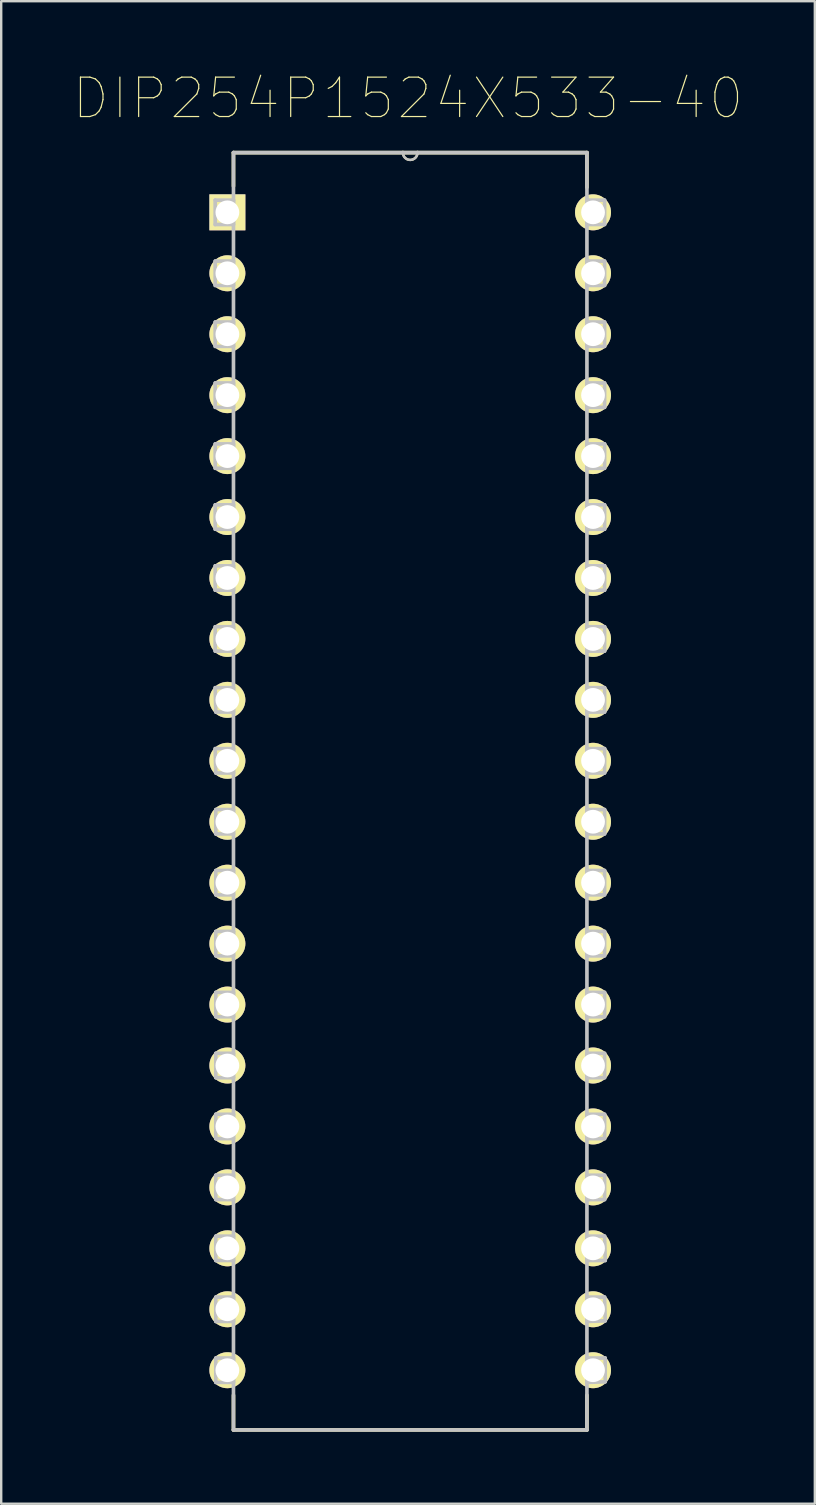
<source format=kicad_pcb>
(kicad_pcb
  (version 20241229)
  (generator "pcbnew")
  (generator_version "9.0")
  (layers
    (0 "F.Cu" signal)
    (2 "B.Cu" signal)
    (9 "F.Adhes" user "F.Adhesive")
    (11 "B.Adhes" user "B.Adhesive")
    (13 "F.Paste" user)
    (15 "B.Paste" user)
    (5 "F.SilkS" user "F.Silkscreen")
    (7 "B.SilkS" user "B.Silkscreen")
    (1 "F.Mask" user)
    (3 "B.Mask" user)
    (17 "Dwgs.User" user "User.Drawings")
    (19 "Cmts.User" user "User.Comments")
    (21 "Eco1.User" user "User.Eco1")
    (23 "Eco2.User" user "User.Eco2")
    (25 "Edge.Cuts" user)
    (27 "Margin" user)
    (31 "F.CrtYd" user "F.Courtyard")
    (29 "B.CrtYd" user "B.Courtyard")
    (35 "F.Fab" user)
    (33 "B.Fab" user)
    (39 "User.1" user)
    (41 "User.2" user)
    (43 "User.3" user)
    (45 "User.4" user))
  (footprint "DIP254P1524X533-40"
    (layer "F.Cu")
    (at 21.667 54.06)
    (property "Reference" "DIP254P1524X533-40" (at -7.711 -53.011 0) (layer "F.SilkS") (effects (font (size 1.643 1.643) (thickness 0.05))))
    (attr through_hole)
    (fp_line (start -14.986 -50.749) (end -14.986 -49.352) (stroke (width 0.152) (type solid)) (layer "F.SilkS"))
    (fp_line (start -14.986 1.041) (end -14.986 2.489) (stroke (width 0.152) (type solid)) (layer "F.SilkS"))
    (fp_line (start -14.986 2.489) (end -0.254 2.489) (stroke (width 0.152) (type solid)) (layer "F.SilkS"))
    (fp_line (start -7.925 -50.749) (end -14.986 -50.749) (stroke (width 0.152) (type solid)) (layer "F.SilkS"))
    (fp_line (start -7.315 -50.749) (end -7.925 -50.749) (stroke (width 0.152) (type solid)) (layer "F.SilkS"))
    (fp_line (start -0.254 -50.749) (end -7.315 -50.749) (stroke (width 0.152) (type solid)) (layer "F.SilkS"))
    (fp_line (start -0.254 -49.301) (end -0.254 -50.749) (stroke (width 0.152) (type solid)) (layer "F.SilkS"))
    (fp_line (start -0.254 2.489) (end -0.254 1.041) (stroke (width 0.152) (type solid)) (layer "F.SilkS"))
    (fp_arc (start -7.3152 -50.7492) (mid -7.62 -50.4444) (end -7.9248 -50.7492) (stroke (width 0.1) (type solid)) (layer "F.SilkS"))
    (fp_line (start -15.748 -48.768) (end -15.748 -47.752) (stroke (width 0.152) (type solid)) (layer "Dwgs.User"))
    (fp_line (start -15.748 -47.752) (end -14.986 -47.752) (stroke (width 0.152) (type solid)) (layer "Dwgs.User"))
    (fp_line (start -15.748 -46.228) (end -15.748 -45.212) (stroke (width 0.152) (type solid)) (layer "Dwgs.User"))
    (fp_line (start -15.748 -45.212) (end -14.986 -45.212) (stroke (width 0.152) (type solid)) (layer "Dwgs.User"))
    (fp_line (start -15.748 -43.688) (end -15.748 -42.672) (stroke (width 0.152) (type solid)) (layer "Dwgs.User"))
    (fp_line (start -15.748 -42.672) (end -14.986 -42.672) (stroke (width 0.152) (type solid)) (layer "Dwgs.User"))
    (fp_line (start -15.748 -41.148) (end -15.748 -40.132) (stroke (width 0.152) (type solid)) (layer "Dwgs.User"))
    (fp_line (start -15.748 -40.132) (end -14.986 -40.132) (stroke (width 0.152) (type solid)) (layer "Dwgs.User"))
    (fp_line (start -15.748 -38.608) (end -15.748 -37.592) (stroke (width 0.152) (type solid)) (layer "Dwgs.User"))
    (fp_line (start -15.748 -37.592) (end -14.986 -37.592) (stroke (width 0.152) (type solid)) (layer "Dwgs.User"))
    (fp_line (start -15.748 -36.068) (end -15.748 -35.052) (stroke (width 0.152) (type solid)) (layer "Dwgs.User"))
    (fp_line (start -15.748 -35.052) (end -14.986 -35.052) (stroke (width 0.152) (type solid)) (layer "Dwgs.User"))
    (fp_line (start -15.748 -33.528) (end -15.748 -32.512) (stroke (width 0.152) (type solid)) (layer "Dwgs.User"))
    (fp_line (start -15.748 -32.512) (end -14.986 -32.512) (stroke (width 0.152) (type solid)) (layer "Dwgs.User"))
    (fp_line (start -15.748 -30.988) (end -15.748 -29.972) (stroke (width 0.152) (type solid)) (layer "Dwgs.User"))
    (fp_line (start -15.748 -29.972) (end -14.986 -29.972) (stroke (width 0.152) (type solid)) (layer "Dwgs.User"))
    (fp_line (start -15.748 -28.448) (end -15.723 -27.432) (stroke (width 0.152) (type solid)) (layer "Dwgs.User"))
    (fp_line (start -15.748 -25.908) (end -15.723 -24.892) (stroke (width 0.152) (type solid)) (layer "Dwgs.User"))
    (fp_line (start -15.723 -27.432) (end -14.986 -27.432) (stroke (width 0.152) (type solid)) (layer "Dwgs.User"))
    (fp_line (start -15.723 -24.892) (end -14.986 -24.892) (stroke (width 0.152) (type solid)) (layer "Dwgs.User"))
    (fp_line (start -15.723 -23.368) (end -15.723 -22.352) (stroke (width 0.152) (type solid)) (layer "Dwgs.User"))
    (fp_line (start -15.723 -22.352) (end -14.986 -22.352) (stroke (width 0.152) (type solid)) (layer "Dwgs.User"))
    (fp_line (start -15.723 -20.828) (end -15.723 -19.812) (stroke (width 0.152) (type solid)) (layer "Dwgs.User"))
    (fp_line (start -15.723 -19.812) (end -14.986 -19.812) (stroke (width 0.152) (type solid)) (layer "Dwgs.User"))
    (fp_line (start -15.723 -18.288) (end -15.723 -17.272) (stroke (width 0.152) (type solid)) (layer "Dwgs.User"))
    (fp_line (start -15.723 -17.272) (end -14.986 -17.272) (stroke (width 0.152) (type solid)) (layer "Dwgs.User"))
    (fp_line (start -15.723 -15.748) (end -15.723 -14.732) (stroke (width 0.152) (type solid)) (layer "Dwgs.User"))
    (fp_line (start -15.723 -14.732) (end -14.986 -14.732) (stroke (width 0.152) (type solid)) (layer "Dwgs.User"))
    (fp_line (start -15.723 -13.208) (end -15.723 -12.192) (stroke (width 0.152) (type solid)) (layer "Dwgs.User"))
    (fp_line (start -15.723 -12.192) (end -14.986 -12.192) (stroke (width 0.152) (type solid)) (layer "Dwgs.User"))
    (fp_line (start -15.723 -10.668) (end -15.723 -9.652) (stroke (width 0.152) (type solid)) (layer "Dwgs.User"))
    (fp_line (start -15.723 -9.652) (end -14.986 -9.652) (stroke (width 0.152) (type solid)) (layer "Dwgs.User"))
    (fp_line (start -15.723 -8.128) (end -15.723 -7.112) (stroke (width 0.152) (type solid)) (layer "Dwgs.User"))
    (fp_line (start -15.723 -7.112) (end -14.986 -7.112) (stroke (width 0.152) (type solid)) (layer "Dwgs.User"))
    (fp_line (start -15.723 -5.588) (end -15.723 -4.572) (stroke (width 0.152) (type solid)) (layer "Dwgs.User"))
    (fp_line (start -15.723 -4.572) (end -14.986 -4.572) (stroke (width 0.152) (type solid)) (layer "Dwgs.User"))
    (fp_line (start -15.723 -3.048) (end -15.723 -2.032) (stroke (width 0.152) (type solid)) (layer "Dwgs.User"))
    (fp_line (start -15.723 -2.032) (end -14.986 -2.032) (stroke (width 0.152) (type solid)) (layer "Dwgs.User"))
    (fp_line (start -15.723 -0.508) (end -15.723 0.508) (stroke (width 0.152) (type solid)) (layer "Dwgs.User"))
    (fp_line (start -15.723 0.508) (end -14.986 0.508) (stroke (width 0.152) (type solid)) (layer "Dwgs.User"))
    (fp_line (start -14.986 -50.749) (end -14.986 2.489) (stroke (width 0.152) (type solid)) (layer "Dwgs.User"))
    (fp_line (start -14.986 -48.768) (end -15.748 -48.768) (stroke (width 0.152) (type solid)) (layer "Dwgs.User"))
    (fp_line (start -14.986 -47.752) (end -14.986 -48.768) (stroke (width 0.152) (type solid)) (layer "Dwgs.User"))
    (fp_line (start -14.986 -46.228) (end -15.748 -46.228) (stroke (width 0.152) (type solid)) (layer "Dwgs.User"))
    (fp_line (start -14.986 -45.212) (end -14.986 -46.228) (stroke (width 0.152) (type solid)) (layer "Dwgs.User"))
    (fp_line (start -14.986 -43.688) (end -15.748 -43.688) (stroke (width 0.152) (type solid)) (layer "Dwgs.User"))
    (fp_line (start -14.986 -42.672) (end -14.986 -43.688) (stroke (width 0.152) (type solid)) (layer "Dwgs.User"))
    (fp_line (start -14.986 -41.148) (end -15.748 -41.148) (stroke (width 0.152) (type solid)) (layer "Dwgs.User"))
    (fp_line (start -14.986 -40.132) (end -14.986 -41.148) (stroke (width 0.152) (type solid)) (layer "Dwgs.User"))
    (fp_line (start -14.986 -38.608) (end -15.748 -38.608) (stroke (width 0.152) (type solid)) (layer "Dwgs.User"))
    (fp_line (start -14.986 -37.592) (end -14.986 -38.608) (stroke (width 0.152) (type solid)) (layer "Dwgs.User"))
    (fp_line (start -14.986 -36.068) (end -15.748 -36.068) (stroke (width 0.152) (type solid)) (layer "Dwgs.User"))
    (fp_line (start -14.986 -35.052) (end -14.986 -36.068) (stroke (width 0.152) (type solid)) (layer "Dwgs.User"))
    (fp_line (start -14.986 -33.528) (end -15.748 -33.528) (stroke (width 0.152) (type solid)) (layer "Dwgs.User"))
    (fp_line (start -14.986 -32.512) (end -14.986 -33.528) (stroke (width 0.152) (type solid)) (layer "Dwgs.User"))
    (fp_line (start -14.986 -30.988) (end -15.748 -30.988) (stroke (width 0.152) (type solid)) (layer "Dwgs.User"))
    (fp_line (start -14.986 -29.972) (end -14.986 -30.988) (stroke (width 0.152) (type solid)) (layer "Dwgs.User"))
    (fp_line (start -14.986 -28.448) (end -15.748 -28.448) (stroke (width 0.152) (type solid)) (layer "Dwgs.User"))
    (fp_line (start -14.986 -27.432) (end -14.986 -28.448) (stroke (width 0.152) (type solid)) (layer "Dwgs.User"))
    (fp_line (start -14.986 -25.908) (end -15.748 -25.908) (stroke (width 0.152) (type solid)) (layer "Dwgs.User"))
    (fp_line (start -14.986 -24.892) (end -14.986 -25.908) (stroke (width 0.152) (type solid)) (layer "Dwgs.User"))
    (fp_line (start -14.986 -23.368) (end -15.723 -23.368) (stroke (width 0.152) (type solid)) (layer "Dwgs.User"))
    (fp_line (start -14.986 -22.352) (end -14.986 -23.368) (stroke (width 0.152) (type solid)) (layer "Dwgs.User"))
    (fp_line (start -14.986 -20.828) (end -15.723 -20.828) (stroke (width 0.152) (type solid)) (layer "Dwgs.User"))
    (fp_line (start -14.986 -19.812) (end -14.986 -20.828) (stroke (width 0.152) (type solid)) (layer "Dwgs.User"))
    (fp_line (start -14.986 -18.288) (end -15.723 -18.288) (stroke (width 0.152) (type solid)) (layer "Dwgs.User"))
    (fp_line (start -14.986 -17.272) (end -14.986 -18.288) (stroke (width 0.152) (type solid)) (layer "Dwgs.User"))
    (fp_line (start -14.986 -15.748) (end -15.723 -15.748) (stroke (width 0.152) (type solid)) (layer "Dwgs.User"))
    (fp_line (start -14.986 -14.732) (end -14.986 -15.748) (stroke (width 0.152) (type solid)) (layer "Dwgs.User"))
    (fp_line (start -14.986 -13.208) (end -15.723 -13.208) (stroke (width 0.152) (type solid)) (layer "Dwgs.User"))
    (fp_line (start -14.986 -12.192) (end -14.986 -13.208) (stroke (width 0.152) (type solid)) (layer "Dwgs.User"))
    (fp_line (start -14.986 -10.668) (end -15.723 -10.668) (stroke (width 0.152) (type solid)) (layer "Dwgs.User"))
    (fp_line (start -14.986 -9.652) (end -14.986 -10.668) (stroke (width 0.152) (type solid)) (layer "Dwgs.User"))
    (fp_line (start -14.986 -8.128) (end -15.723 -8.128) (stroke (width 0.152) (type solid)) (layer "Dwgs.User"))
    (fp_line (start -14.986 -7.112) (end -14.986 -8.128) (stroke (width 0.152) (type solid)) (layer "Dwgs.User"))
    (fp_line (start -14.986 -5.588) (end -15.723 -5.588) (stroke (width 0.152) (type solid)) (layer "Dwgs.User"))
    (fp_line (start -14.986 -4.572) (end -14.986 -5.588) (stroke (width 0.152) (type solid)) (layer "Dwgs.User"))
    (fp_line (start -14.986 -3.048) (end -15.723 -3.048) (stroke (width 0.152) (type solid)) (layer "Dwgs.User"))
    (fp_line (start -14.986 -2.032) (end -14.986 -3.048) (stroke (width 0.152) (type solid)) (layer "Dwgs.User"))
    (fp_line (start -14.986 -0.508) (end -15.723 -0.508) (stroke (width 0.152) (type solid)) (layer "Dwgs.User"))
    (fp_line (start -14.986 0.508) (end -14.986 -0.508) (stroke (width 0.152) (type solid)) (layer "Dwgs.User"))
    (fp_line (start -14.986 2.489) (end -0.254 2.489) (stroke (width 0.152) (type solid)) (layer "Dwgs.User"))
    (fp_line (start -7.925 -50.749) (end -14.986 -50.749) (stroke (width 0.152) (type solid)) (layer "Dwgs.User"))
    (fp_line (start -7.315 -50.749) (end -7.925 -50.749) (stroke (width 0.152) (type solid)) (layer "Dwgs.User"))
    (fp_line (start -0.254 -50.749) (end -7.315 -50.749) (stroke (width 0.152) (type solid)) (layer "Dwgs.User"))
    (fp_line (start -0.254 -48.768) (end -0.254 -47.752) (stroke (width 0.152) (type solid)) (layer "Dwgs.User"))
    (fp_line (start -0.254 -47.752) (end 0.483 -47.752) (stroke (width 0.152) (type solid)) (layer "Dwgs.User"))
    (fp_line (start -0.254 -46.228) (end -0.254 -45.212) (stroke (width 0.152) (type solid)) (layer "Dwgs.User"))
    (fp_line (start -0.254 -45.212) (end 0.483 -45.212) (stroke (width 0.152) (type solid)) (layer "Dwgs.User"))
    (fp_line (start -0.254 -43.688) (end -0.254 -42.672) (stroke (width 0.152) (type solid)) (layer "Dwgs.User"))
    (fp_line (start -0.254 -42.672) (end 0.483 -42.672) (stroke (width 0.152) (type solid)) (layer "Dwgs.User"))
    (fp_line (start -0.254 -41.148) (end -0.254 -40.132) (stroke (width 0.152) (type solid)) (layer "Dwgs.User"))
    (fp_line (start -0.254 -40.132) (end 0.483 -40.132) (stroke (width 0.152) (type solid)) (layer "Dwgs.User"))
    (fp_line (start -0.254 -38.608) (end -0.254 -37.592) (stroke (width 0.152) (type solid)) (layer "Dwgs.User"))
    (fp_line (start -0.254 -37.592) (end 0.483 -37.592) (stroke (width 0.152) (type solid)) (layer "Dwgs.User"))
    (fp_line (start -0.254 -36.068) (end -0.254 -35.052) (stroke (width 0.152) (type solid)) (layer "Dwgs.User"))
    (fp_line (start -0.254 -35.052) (end 0.483 -35.052) (stroke (width 0.152) (type solid)) (layer "Dwgs.User"))
    (fp_line (start -0.254 -33.528) (end -0.254 -32.512) (stroke (width 0.152) (type solid)) (layer "Dwgs.User"))
    (fp_line (start -0.254 -32.512) (end 0.483 -32.512) (stroke (width 0.152) (type solid)) (layer "Dwgs.User"))
    (fp_line (start -0.254 -30.988) (end -0.254 -29.972) (stroke (width 0.152) (type solid)) (layer "Dwgs.User"))
    (fp_line (start -0.254 -29.972) (end 0.483 -29.972) (stroke (width 0.152) (type solid)) (layer "Dwgs.User"))
    (fp_line (start -0.254 -28.448) (end -0.254 -27.432) (stroke (width 0.152) (type solid)) (layer "Dwgs.User"))
    (fp_line (start -0.254 -27.432) (end 0.483 -27.432) (stroke (width 0.152) (type solid)) (layer "Dwgs.User"))
    (fp_line (start -0.254 -25.908) (end -0.254 -24.892) (stroke (width 0.152) (type solid)) (layer "Dwgs.User"))
    (fp_line (start -0.254 -24.892) (end 0.483 -24.892) (stroke (width 0.152) (type solid)) (layer "Dwgs.User"))
    (fp_line (start -0.254 -23.368) (end -0.254 -22.352) (stroke (width 0.152) (type solid)) (layer "Dwgs.User"))
    (fp_line (start -0.254 -22.352) (end 0.483 -22.352) (stroke (width 0.152) (type solid)) (layer "Dwgs.User"))
    (fp_line (start -0.254 -20.828) (end -0.254 -19.812) (stroke (width 0.152) (type solid)) (layer "Dwgs.User"))
    (fp_line (start -0.254 -19.812) (end 0.483 -19.812) (stroke (width 0.152) (type solid)) (layer "Dwgs.User"))
    (fp_line (start -0.254 -18.288) (end -0.254 -17.272) (stroke (width 0.152) (type solid)) (layer "Dwgs.User"))
    (fp_line (start -0.254 -17.272) (end 0.483 -17.272) (stroke (width 0.152) (type solid)) (layer "Dwgs.User"))
    (fp_line (start -0.254 -15.748) (end -0.254 -14.732) (stroke (width 0.152) (type solid)) (layer "Dwgs.User"))
    (fp_line (start -0.254 -14.732) (end 0.483 -14.732) (stroke (width 0.152) (type solid)) (layer "Dwgs.User"))
    (fp_line (start -0.254 -13.208) (end -0.254 -12.192) (stroke (width 0.152) (type solid)) (layer "Dwgs.User"))
    (fp_line (start -0.254 -12.192) (end 0.483 -12.192) (stroke (width 0.152) (type solid)) (layer "Dwgs.User"))
    (fp_line (start -0.254 -10.668) (end -0.254 -9.652) (stroke (width 0.152) (type solid)) (layer "Dwgs.User"))
    (fp_line (start -0.254 -9.652) (end 0.483 -9.652) (stroke (width 0.152) (type solid)) (layer "Dwgs.User"))
    (fp_line (start -0.254 -8.128) (end -0.254 -7.112) (stroke (width 0.152) (type solid)) (layer "Dwgs.User"))
    (fp_line (start -0.254 -7.112) (end 0.483 -7.112) (stroke (width 0.152) (type solid)) (layer "Dwgs.User"))
    (fp_line (start -0.254 -5.588) (end -0.254 -4.572) (stroke (width 0.152) (type solid)) (layer "Dwgs.User"))
    (fp_line (start -0.254 -4.572) (end 0.508 -4.572) (stroke (width 0.152) (type solid)) (layer "Dwgs.User"))
    (fp_line (start -0.254 -3.048) (end -0.254 -2.032) (stroke (width 0.152) (type solid)) (layer "Dwgs.User"))
    (fp_line (start -0.254 -2.032) (end 0.508 -2.057) (stroke (width 0.152) (type solid)) (layer "Dwgs.User"))
    (fp_line (start -0.254 -0.508) (end -0.254 0.508) (stroke (width 0.152) (type solid)) (layer "Dwgs.User"))
    (fp_line (start -0.254 0.508) (end 0.508 0.483) (stroke (width 0.152) (type solid)) (layer "Dwgs.User"))
    (fp_line (start -0.254 2.489) (end -0.254 -50.749) (stroke (width 0.152) (type solid)) (layer "Dwgs.User"))
    (fp_line (start 0.483 -48.768) (end -0.254 -48.768) (stroke (width 0.152) (type solid)) (layer "Dwgs.User"))
    (fp_line (start 0.483 -47.752) (end 0.483 -48.768) (stroke (width 0.152) (type solid)) (layer "Dwgs.User"))
    (fp_line (start 0.483 -46.228) (end -0.254 -46.228) (stroke (width 0.152) (type solid)) (layer "Dwgs.User"))
    (fp_line (start 0.483 -45.212) (end 0.483 -46.228) (stroke (width 0.152) (type solid)) (layer "Dwgs.User"))
    (fp_line (start 0.483 -43.688) (end -0.254 -43.688) (stroke (width 0.152) (type solid)) (layer "Dwgs.User"))
    (fp_line (start 0.483 -42.672) (end 0.483 -43.688) (stroke (width 0.152) (type solid)) (layer "Dwgs.User"))
    (fp_line (start 0.483 -41.148) (end -0.254 -41.148) (stroke (width 0.152) (type solid)) (layer "Dwgs.User"))
    (fp_line (start 0.483 -40.132) (end 0.483 -41.148) (stroke (width 0.152) (type solid)) (layer "Dwgs.User"))
    (fp_line (start 0.483 -38.608) (end -0.254 -38.608) (stroke (width 0.152) (type solid)) (layer "Dwgs.User"))
    (fp_line (start 0.483 -37.592) (end 0.483 -38.608) (stroke (width 0.152) (type solid)) (layer "Dwgs.User"))
    (fp_line (start 0.483 -36.068) (end -0.254 -36.068) (stroke (width 0.152) (type solid)) (layer "Dwgs.User"))
    (fp_line (start 0.483 -35.052) (end 0.483 -36.068) (stroke (width 0.152) (type solid)) (layer "Dwgs.User"))
    (fp_line (start 0.483 -33.528) (end -0.254 -33.528) (stroke (width 0.152) (type solid)) (layer "Dwgs.User"))
    (fp_line (start 0.483 -32.512) (end 0.483 -33.528) (stroke (width 0.152) (type solid)) (layer "Dwgs.User"))
    (fp_line (start 0.483 -30.988) (end -0.254 -30.988) (stroke (width 0.152) (type solid)) (layer "Dwgs.User"))
    (fp_line (start 0.483 -29.972) (end 0.483 -30.988) (stroke (width 0.152) (type solid)) (layer "Dwgs.User"))
    (fp_line (start 0.483 -28.448) (end -0.254 -28.448) (stroke (width 0.152) (type solid)) (layer "Dwgs.User"))
    (fp_line (start 0.483 -27.432) (end 0.483 -28.448) (stroke (width 0.152) (type solid)) (layer "Dwgs.User"))
    (fp_line (start 0.483 -25.908) (end -0.254 -25.908) (stroke (width 0.152) (type solid)) (layer "Dwgs.User"))
    (fp_line (start 0.483 -24.892) (end 0.483 -25.908) (stroke (width 0.152) (type solid)) (layer "Dwgs.User"))
    (fp_line (start 0.483 -23.368) (end -0.254 -23.368) (stroke (width 0.152) (type solid)) (layer "Dwgs.User"))
    (fp_line (start 0.483 -22.352) (end 0.483 -23.368) (stroke (width 0.152) (type solid)) (layer "Dwgs.User"))
    (fp_line (start 0.483 -20.828) (end -0.254 -20.828) (stroke (width 0.152) (type solid)) (layer "Dwgs.User"))
    (fp_line (start 0.483 -19.812) (end 0.483 -20.828) (stroke (width 0.152) (type solid)) (layer "Dwgs.User"))
    (fp_line (start 0.483 -18.288) (end -0.254 -18.288) (stroke (width 0.152) (type solid)) (layer "Dwgs.User"))
    (fp_line (start 0.483 -17.272) (end 0.483 -18.288) (stroke (width 0.152) (type solid)) (layer "Dwgs.User"))
    (fp_line (start 0.483 -15.748) (end -0.254 -15.748) (stroke (width 0.152) (type solid)) (layer "Dwgs.User"))
    (fp_line (start 0.483 -14.732) (end 0.483 -15.748) (stroke (width 0.152) (type solid)) (layer "Dwgs.User"))
    (fp_line (start 0.483 -13.208) (end -0.254 -13.208) (stroke (width 0.152) (type solid)) (layer "Dwgs.User"))
    (fp_line (start 0.483 -12.192) (end 0.483 -13.208) (stroke (width 0.152) (type solid)) (layer "Dwgs.User"))
    (fp_line (start 0.483 -10.668) (end -0.254 -10.668) (stroke (width 0.152) (type solid)) (layer "Dwgs.User"))
    (fp_line (start 0.483 -9.652) (end 0.483 -10.668) (stroke (width 0.152) (type solid)) (layer "Dwgs.User"))
    (fp_line (start 0.483 -8.128) (end -0.254 -8.128) (stroke (width 0.152) (type solid)) (layer "Dwgs.User"))
    (fp_line (start 0.483 -7.112) (end 0.483 -8.128) (stroke (width 0.152) (type solid)) (layer "Dwgs.User"))
    (fp_line (start 0.483 -5.588) (end -0.254 -5.588) (stroke (width 0.152) (type solid)) (layer "Dwgs.User"))
    (fp_line (start 0.483 -3.048) (end -0.254 -3.048) (stroke (width 0.152) (type solid)) (layer "Dwgs.User"))
    (fp_line (start 0.508 -4.572) (end 0.483 -5.588) (stroke (width 0.152) (type solid)) (layer "Dwgs.User"))
    (fp_line (start 0.508 -2.057) (end 0.483 -3.048) (stroke (width 0.152) (type solid)) (layer "Dwgs.User"))
    (fp_line (start 0.508 -0.508) (end -0.254 -0.508) (stroke (width 0.152) (type solid)) (layer "Dwgs.User"))
    (fp_line (start 0.508 0.483) (end 0.508 -0.508) (stroke (width 0.152) (type solid)) (layer "Dwgs.User"))
    (fp_arc (start -7.3152 -50.7492) (mid -7.62 -50.4444) (end -7.9248 -50.7492) (stroke (width 0.1) (type solid)) (layer "Dwgs.User"))
    (pad "1" thru_hole rect (at -15.24 -48.26) (size 1.499 1.499) (drill 0.991) (layers "*.Cu" "*.Mask" "F.SilkS"))
    (pad "2" thru_hole circle (at -15.24 -45.72) (size 1.499 1.499) (drill 0.991) (layers "*.Cu" "*.Mask" "F.SilkS"))
    (pad "3" thru_hole circle (at -15.24 -43.18) (size 1.499 1.499) (drill 0.991) (layers "*.Cu" "*.Mask" "F.SilkS"))
    (pad "4" thru_hole circle (at -15.24 -40.64) (size 1.499 1.499) (drill 0.991) (layers "*.Cu" "*.Mask" "F.SilkS"))
    (pad "5" thru_hole circle (at -15.24 -38.1) (size 1.499 1.499) (drill 0.991) (layers "*.Cu" "*.Mask" "F.SilkS"))
    (pad "6" thru_hole circle (at -15.24 -35.56) (size 1.499 1.499) (drill 0.991) (layers "*.Cu" "*.Mask" "F.SilkS"))
    (pad "7" thru_hole circle (at -15.24 -33.02) (size 1.499 1.499) (drill 0.991) (layers "*.Cu" "*.Mask" "F.SilkS"))
    (pad "8" thru_hole circle (at -15.24 -30.48) (size 1.499 1.499) (drill 0.991) (layers "*.Cu" "*.Mask" "F.SilkS"))
    (pad "9" thru_hole circle (at -15.24 -27.94) (size 1.499 1.499) (drill 0.991) (layers "*.Cu" "*.Mask" "F.SilkS"))
    (pad "10" thru_hole circle (at -15.24 -25.4) (size 1.499 1.499) (drill 0.991) (layers "*.Cu" "*.Mask" "F.SilkS"))
    (pad "11" thru_hole circle (at -15.24 -22.86) (size 1.499 1.499) (drill 0.991) (layers "*.Cu" "*.Mask" "F.SilkS"))
    (pad "12" thru_hole circle (at -15.24 -20.32) (size 1.499 1.499) (drill 0.991) (layers "*.Cu" "*.Mask" "F.SilkS"))
    (pad "13" thru_hole circle (at -15.24 -17.78) (size 1.499 1.499) (drill 0.991) (layers "*.Cu" "*.Mask" "F.SilkS"))
    (pad "14" thru_hole circle (at -15.24 -15.24) (size 1.499 1.499) (drill 0.991) (layers "*.Cu" "*.Mask" "F.SilkS"))
    (pad "15" thru_hole circle (at -15.24 -12.7) (size 1.499 1.499) (drill 0.991) (layers "*.Cu" "*.Mask" "F.SilkS"))
    (pad "16" thru_hole circle (at -15.24 -10.16) (size 1.499 1.499) (drill 0.991) (layers "*.Cu" "*.Mask" "F.SilkS"))
    (pad "17" thru_hole circle (at -15.24 -7.62) (size 1.499 1.499) (drill 0.991) (layers "*.Cu" "*.Mask" "F.SilkS"))
    (pad "18" thru_hole circle (at -15.24 -5.08) (size 1.499 1.499) (drill 0.991) (layers "*.Cu" "*.Mask" "F.SilkS"))
    (pad "19" thru_hole circle (at -15.24 -2.54) (size 1.499 1.499) (drill 0.991) (layers "*.Cu" "*.Mask" "F.SilkS"))
    (pad "20" thru_hole circle (at -15.24 0) (size 1.499 1.499) (drill 0.991) (layers "*.Cu" "*.Mask" "F.SilkS"))
    (pad "21" thru_hole circle (at 0 0) (size 1.499 1.499) (drill 0.991) (layers "*.Cu" "*.Mask" "F.SilkS"))
    (pad "22" thru_hole circle (at 0 -2.54) (size 1.499 1.499) (drill 0.991) (layers "*.Cu" "*.Mask" "F.SilkS"))
    (pad "23" thru_hole circle (at 0 -5.08) (size 1.499 1.499) (drill 0.991) (layers "*.Cu" "*.Mask" "F.SilkS"))
    (pad "24" thru_hole circle (at 0 -7.62) (size 1.499 1.499) (drill 0.991) (layers "*.Cu" "*.Mask" "F.SilkS"))
    (pad "25" thru_hole circle (at 0 -10.16) (size 1.499 1.499) (drill 0.991) (layers "*.Cu" "*.Mask" "F.SilkS"))
    (pad "26" thru_hole circle (at 0 -12.7) (size 1.499 1.499) (drill 0.991) (layers "*.Cu" "*.Mask" "F.SilkS"))
    (pad "27" thru_hole circle (at 0 -15.24) (size 1.499 1.499) (drill 0.991) (layers "*.Cu" "*.Mask" "F.SilkS"))
    (pad "28" thru_hole circle (at 0 -17.78) (size 1.499 1.499) (drill 0.991) (layers "*.Cu" "*.Mask" "F.SilkS"))
    (pad "29" thru_hole circle (at 0 -20.32) (size 1.499 1.499) (drill 0.991) (layers "*.Cu" "*.Mask" "F.SilkS"))
    (pad "30" thru_hole circle (at 0 -22.86) (size 1.499 1.499) (drill 0.991) (layers "*.Cu" "*.Mask" "F.SilkS"))
    (pad "31" thru_hole circle (at 0 -25.4) (size 1.499 1.499) (drill 0.991) (layers "*.Cu" "*.Mask" "F.SilkS"))
    (pad "32" thru_hole circle (at 0 -27.94) (size 1.499 1.499) (drill 0.991) (layers "*.Cu" "*.Mask" "F.SilkS"))
    (pad "33" thru_hole circle (at 0 -30.48) (size 1.499 1.499) (drill 0.991) (layers "*.Cu" "*.Mask" "F.SilkS"))
    (pad "34" thru_hole circle (at 0 -33.02) (size 1.499 1.499) (drill 0.991) (layers "*.Cu" "*.Mask" "F.SilkS"))
    (pad "35" thru_hole circle (at 0 -35.56) (size 1.499 1.499) (drill 0.991) (layers "*.Cu" "*.Mask" "F.SilkS"))
    (pad "36" thru_hole circle (at 0 -38.1) (size 1.499 1.499) (drill 0.991) (layers "*.Cu" "*.Mask" "F.SilkS"))
    (pad "37" thru_hole circle (at 0 -40.64) (size 1.499 1.499) (drill 0.991) (layers "*.Cu" "*.Mask" "F.SilkS"))
    (pad "38" thru_hole circle (at 0 -43.18) (size 1.499 1.499) (drill 0.991) (layers "*.Cu" "*.Mask" "F.SilkS"))
    (pad "39" thru_hole circle (at 0 -45.72) (size 1.499 1.499) (drill 0.991) (layers "*.Cu" "*.Mask" "F.SilkS"))
    (pad "40" thru_hole circle (at 0 -48.26) (size 1.499 1.499) (drill 0.991) (layers "*.Cu" "*.Mask" "F.SilkS")))
  (gr_rect
    (start -3 -3)
    (end 30.912 59.625)
    (stroke (width 0.1) (type default))
    (fill no)
    (layer "Edge.Cuts")))
</source>
